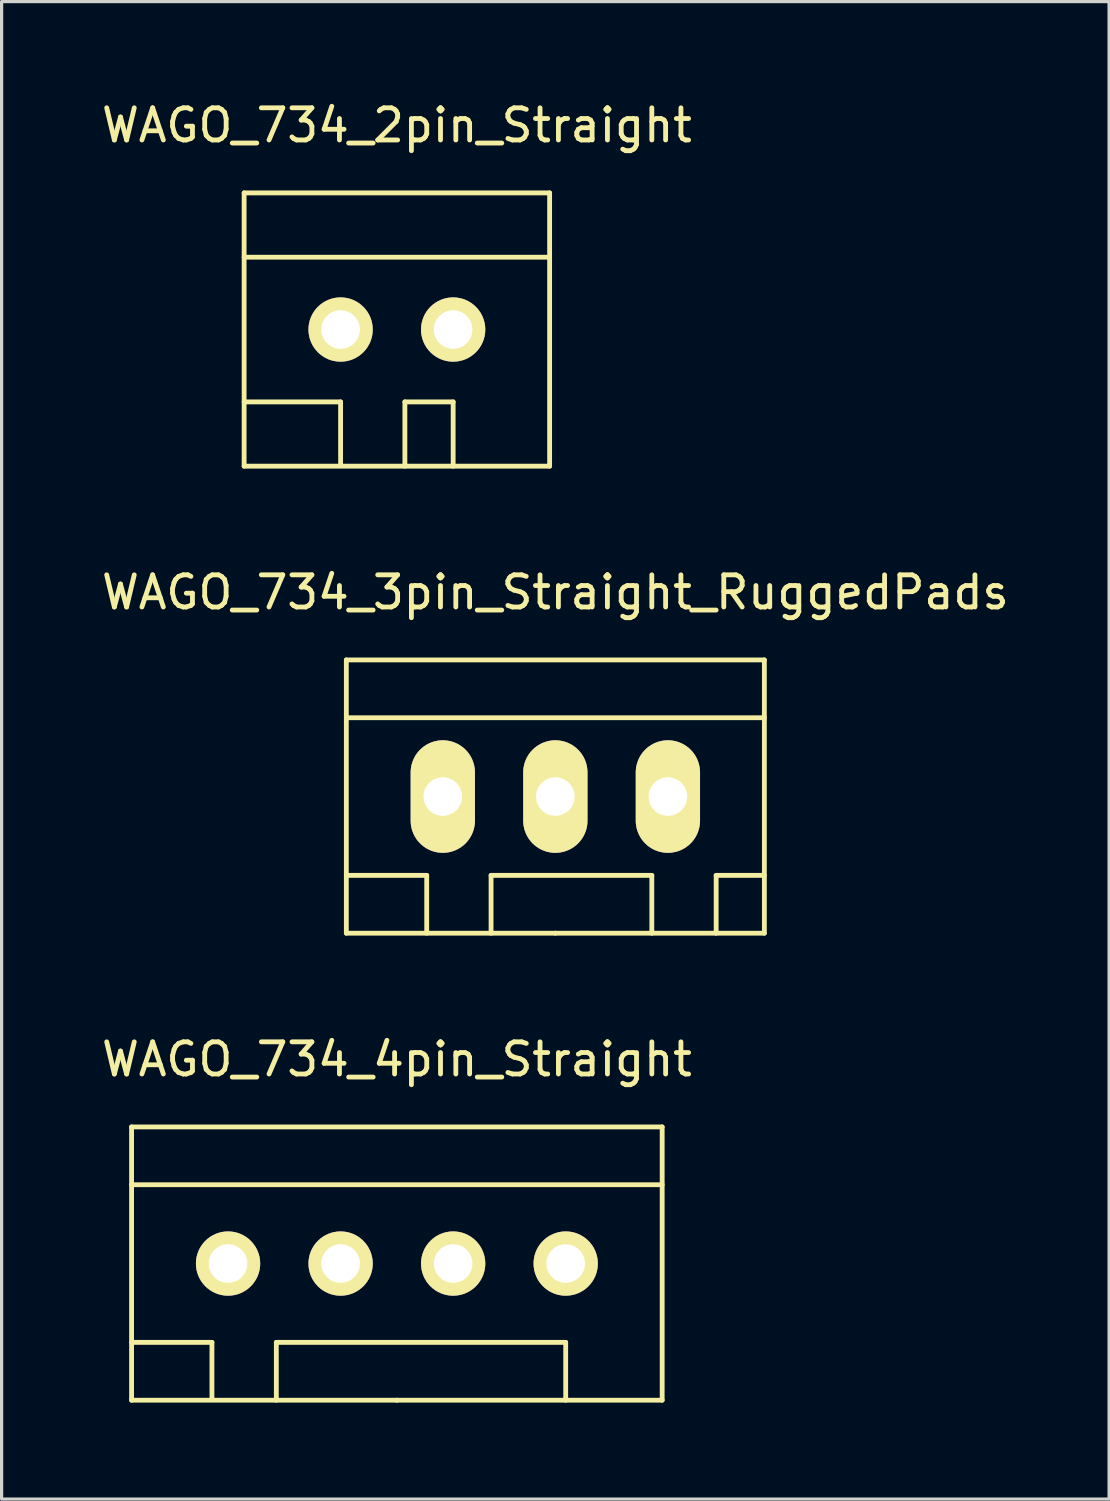
<source format=kicad_pcb>
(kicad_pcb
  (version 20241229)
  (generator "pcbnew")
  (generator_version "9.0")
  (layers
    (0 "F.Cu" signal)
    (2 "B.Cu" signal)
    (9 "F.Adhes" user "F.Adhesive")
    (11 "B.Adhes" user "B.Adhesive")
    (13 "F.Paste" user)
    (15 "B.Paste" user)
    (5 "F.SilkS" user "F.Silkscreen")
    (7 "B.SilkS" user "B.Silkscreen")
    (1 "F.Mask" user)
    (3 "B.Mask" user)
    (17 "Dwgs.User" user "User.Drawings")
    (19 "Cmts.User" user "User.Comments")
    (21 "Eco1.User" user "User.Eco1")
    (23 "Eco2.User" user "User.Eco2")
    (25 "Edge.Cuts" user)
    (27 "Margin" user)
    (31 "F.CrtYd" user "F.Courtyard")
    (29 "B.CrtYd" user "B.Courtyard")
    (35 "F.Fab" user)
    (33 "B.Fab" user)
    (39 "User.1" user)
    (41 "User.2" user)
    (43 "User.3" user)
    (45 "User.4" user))
  (footprint "WAGO_734_4pin_Straight"
    (layer "F.Cu")
    (at 9.292 36.244)
    (property "Reference" "WAGO_734_4pin_Straight" (at 0 -6.35 0) (layer "F.SilkS") (effects (font (size 1 1) (thickness 0.15))))
    (attr through_hole)
    (fp_line (start -8.25 -4.249) (end 8.25 -4.249) (stroke (width 0.15) (type solid)) (layer "F.SilkS"))
    (fp_line (start -8.25 -2.451) (end 8.25 -2.451) (stroke (width 0.15) (type solid)) (layer "F.SilkS"))
    (fp_line (start -8.25 2.451) (end -5.751 2.451) (stroke (width 0.15) (type solid)) (layer "F.SilkS"))
    (fp_line (start -8.25 4.249) (end -8.25 -4.249) (stroke (width 0.15) (type solid)) (layer "F.SilkS"))
    (fp_line (start -5.751 2.451) (end -5.751 4.201) (stroke (width 0.15) (type solid)) (layer "F.SilkS"))
    (fp_line (start -3.749 4.249) (end -3.749 2.451) (stroke (width 0.15) (type solid)) (layer "F.SilkS"))
    (fp_line (start 0 4.249) (end -8.25 4.249) (stroke (width 0.15) (type solid)) (layer "F.SilkS"))
    (fp_line (start 5.25 2.451) (end -3.749 2.451) (stroke (width 0.15) (type solid)) (layer "F.SilkS"))
    (fp_line (start 5.25 4.249) (end 5.25 2.451) (stroke (width 0.15) (type solid)) (layer "F.SilkS"))
    (fp_line (start 8.25 -4.249) (end 8.25 4.249) (stroke (width 0.15) (type solid)) (layer "F.SilkS"))
    (fp_line (start 8.25 4.249) (end 0 4.249) (stroke (width 0.15) (type solid)) (layer "F.SilkS"))
    (pad "1" thru_hole circle (at -5.25 0) (size 1.999 1.999) (drill 1.199) (layers "*.Cu" "*.Mask" "F.SilkS"))
    (pad "2" thru_hole circle (at -1.75 0) (size 1.999 1.999) (drill 1.199) (layers "*.Cu" "*.Mask" "F.SilkS"))
    (pad "3" thru_hole circle (at 1.75 0) (size 1.999 1.999) (drill 1.199) (layers "*.Cu" "*.Mask" "F.SilkS"))
    (pad "4" thru_hole circle (at 5.25 0) (size 1.999 1.999) (drill 1.199) (layers "*.Cu" "*.Mask" "F.SilkS")))
  (footprint "WAGO_734_2pin_Straight"
    (layer "F.Cu")
    (at 9.292 7.198)
    (property "Reference" "WAGO_734_2pin_Straight" (at 0 -6.35 0) (layer "F.SilkS") (effects (font (size 1 1) (thickness 0.15))))
    (attr through_hole)
    (fp_line (start -4.75 -4.249) (end -4.75 4.249) (stroke (width 0.15) (type solid)) (layer "F.SilkS"))
    (fp_line (start -4.75 -2.25) (end 4.75 -2.25) (stroke (width 0.15) (type solid)) (layer "F.SilkS"))
    (fp_line (start -4.75 2.25) (end -1.75 2.25) (stroke (width 0.15) (type solid)) (layer "F.SilkS"))
    (fp_line (start -4.75 4.249) (end 4.75 4.249) (stroke (width 0.15) (type solid)) (layer "F.SilkS"))
    (fp_line (start -1.75 2.25) (end -1.75 4.201) (stroke (width 0.15) (type solid)) (layer "F.SilkS"))
    (fp_line (start 0.249 2.25) (end 1.75 2.25) (stroke (width 0.15) (type solid)) (layer "F.SilkS"))
    (fp_line (start 0.249 4.249) (end 0.249 2.25) (stroke (width 0.15) (type solid)) (layer "F.SilkS"))
    (fp_line (start 1.75 2.25) (end 1.75 4.249) (stroke (width 0.15) (type solid)) (layer "F.SilkS"))
    (fp_line (start 4.75 -4.249) (end -4.75 -4.249) (stroke (width 0.15) (type solid)) (layer "F.SilkS"))
    (fp_line (start 4.75 4.249) (end 4.75 -4.249) (stroke (width 0.15) (type solid)) (layer "F.SilkS"))
    (pad "1" thru_hole circle (at -1.75 0) (size 1.999 1.999) (drill 1.199) (layers "*.Cu" "*.Mask" "F.SilkS"))
    (pad "2" thru_hole circle (at 1.75 0) (size 1.999 1.999) (drill 1.199) (layers "*.Cu" "*.Mask" "F.SilkS")))
  (footprint "WAGO_734_3pin_Straight_RuggedPads"
    (layer "F.Cu")
    (at 14.22 21.721)
    (property "Reference" "WAGO_734_3pin_Straight_RuggedPads" (at 0 -6.35 0) (layer "F.SilkS") (effects (font (size 1 1) (thickness 0.15))))
    (attr through_hole)
    (fp_line (start -6.5 -4.249) (end 6.5 -4.249) (stroke (width 0.15) (type solid)) (layer "F.SilkS"))
    (fp_line (start -6.5 -2.451) (end 6.5 -2.451) (stroke (width 0.15) (type solid)) (layer "F.SilkS"))
    (fp_line (start -6.5 2.451) (end -4 2.451) (stroke (width 0.15) (type solid)) (layer "F.SilkS"))
    (fp_line (start -6.5 4.249) (end -6.5 -4.249) (stroke (width 0.15) (type solid)) (layer "F.SilkS"))
    (fp_line (start -4 2.451) (end -4 4.249) (stroke (width 0.15) (type solid)) (layer "F.SilkS"))
    (fp_line (start -1.999 2.451) (end 3 2.451) (stroke (width 0.15) (type solid)) (layer "F.SilkS"))
    (fp_line (start -1.999 4.249) (end -1.999 2.451) (stroke (width 0.15) (type solid)) (layer "F.SilkS"))
    (fp_line (start 0 4.249) (end -6.5 4.249) (stroke (width 0.15) (type solid)) (layer "F.SilkS"))
    (fp_line (start 3 2.451) (end 3 4.249) (stroke (width 0.15) (type solid)) (layer "F.SilkS"))
    (fp_line (start 5.001 2.451) (end 6.5 2.451) (stroke (width 0.15) (type solid)) (layer "F.SilkS"))
    (fp_line (start 5.001 4.249) (end 5.001 2.451) (stroke (width 0.15) (type solid)) (layer "F.SilkS"))
    (fp_line (start 6.5 -4.249) (end 6.5 4.249) (stroke (width 0.15) (type solid)) (layer "F.SilkS"))
    (fp_line (start 6.5 4.249) (end 0 4.249) (stroke (width 0.15) (type solid)) (layer "F.SilkS"))
    (pad "1" thru_hole oval (at -3.5 0) (size 1.999 3.5) (drill 1.199) (layers "*.Cu" "*.Mask" "F.SilkS"))
    (pad "2" thru_hole oval (at 0 0) (size 1.999 3.5) (drill 1.199) (layers "*.Cu" "*.Mask" "F.SilkS"))
    (pad "3" thru_hole oval (at 3.5 0) (size 1.999 3.5) (drill 1.199) (layers "*.Cu" "*.Mask" "F.SilkS")))
  (gr_rect
    (start -3 -3)
    (end 31.44 43.568)
    (stroke (width 0.1) (type default))
    (fill no)
    (layer "Edge.Cuts")))
</source>
